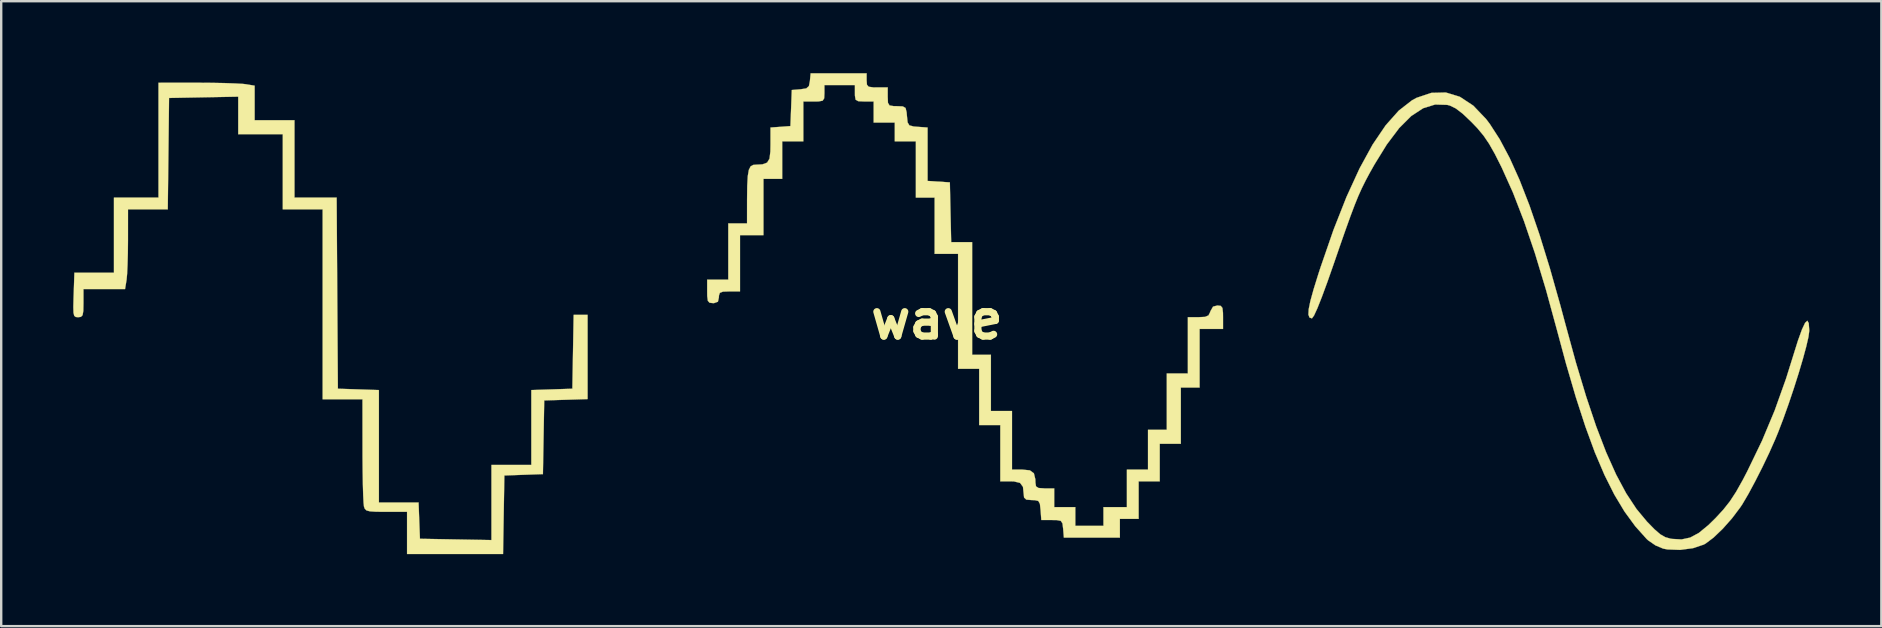
<source format=kicad_pcb>
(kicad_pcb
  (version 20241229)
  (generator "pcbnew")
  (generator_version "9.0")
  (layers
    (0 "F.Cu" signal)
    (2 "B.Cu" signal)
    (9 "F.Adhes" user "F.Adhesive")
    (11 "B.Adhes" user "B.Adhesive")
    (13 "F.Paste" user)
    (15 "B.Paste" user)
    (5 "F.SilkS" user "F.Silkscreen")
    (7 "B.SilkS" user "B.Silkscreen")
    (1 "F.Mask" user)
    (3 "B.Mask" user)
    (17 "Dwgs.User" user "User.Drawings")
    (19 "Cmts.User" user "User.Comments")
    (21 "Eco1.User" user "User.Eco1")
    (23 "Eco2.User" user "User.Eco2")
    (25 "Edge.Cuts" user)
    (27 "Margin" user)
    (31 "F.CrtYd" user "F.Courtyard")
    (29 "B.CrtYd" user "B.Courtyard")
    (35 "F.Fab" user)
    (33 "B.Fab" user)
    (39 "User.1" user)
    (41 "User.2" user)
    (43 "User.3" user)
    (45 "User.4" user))
  (footprint "wave"
    (layer "F.Cu")
    (at 35.987 10.263)
    (property "Reference" "wave" (at 0 0 0) (layer "F.SilkS") (effects (font (size 1.524 1.524) (thickness 0.3))))
    (attr through_hole)
    (fp_poly (pts (xy -30.797 -9.866) (xy -30.222 -9.862) (xy -29.688 -9.852) (xy -29.239 -9.836) (xy -28.915 -9.818) (xy -28.795 -9.804) (xy -28.428 -9.744) (xy -28.428 -8.304) (xy -26.768 -8.304) (xy -26.768 -5.08) (xy -25.011 -5.08) (xy -24.986 -1.099) (xy -24.96 2.882) (xy -24.106 2.91) (xy -23.251 2.938) (xy -23.251 7.62) (xy -21.598 7.62) (xy -21.57 8.377) (xy -21.541 9.134) (xy -20.051 9.161) (xy -18.562 9.188) (xy -18.562 6.057) (xy -16.901 6.057) (xy -16.901 2.938) (xy -16.046 2.91) (xy -15.191 2.882) (xy -15.164 1.343) (xy -15.137 -0.195) (xy -14.556 -0.195) (xy -14.556 3.314) (xy -16.363 3.37) (xy -16.417 6.44) (xy -17.221 6.468) (xy -18.024 6.497) (xy -18.051 8.133) (xy -18.078 9.769) (xy -22.078 9.769) (xy -22.078 8.011) (xy -22.946 8.011) (xy -23.362 8.008) (xy -23.622 7.991) (xy -23.768 7.953) (xy -23.84 7.882) (xy -23.873 7.791) (xy -23.89 7.631) (xy -23.906 7.307) (xy -23.919 6.853) (xy -23.928 6.299) (xy -23.933 5.678) (xy -23.933 5.446) (xy -23.935 3.322) (xy -25.595 3.322) (xy -25.595 -4.592) (xy -27.256 -4.592) (xy -27.256 -7.718) (xy -29.112 -7.718) (xy -29.112 -9.286) (xy -30.553 -9.259) (xy -31.994 -9.232) (xy -32.02 -6.912) (xy -32.047 -4.592) (xy -33.704 -4.592) (xy -33.705 -3.297) (xy -33.71 -2.778) (xy -33.723 -2.296) (xy -33.741 -1.904) (xy -33.764 -1.651) (xy -33.767 -1.636) (xy -33.827 -1.27) (xy -35.56 -1.27) (xy -35.56 -0.684) (xy -35.566 -0.358) (xy -35.596 -0.182) (xy -35.666 -0.111) (xy -35.78 -0.097) (xy -35.881 -0.106) (xy -35.944 -0.155) (xy -35.975 -0.283) (xy -35.982 -0.525) (xy -35.972 -0.917) (xy -35.968 -1.026) (xy -35.937 -1.954) (xy -34.29 -1.954) (xy -34.29 -5.08) (xy -32.434 -5.08) (xy -32.434 -9.867) (xy -30.797 -9.866)) (stroke (width 0.01) (type solid)) (fill yes) (layer "F.SilkS"))
    (fp_poly (pts (xy 21.785 -9.281) (xy 22.345 -8.912) (xy 22.878 -8.354) (xy 23.032 -8.151) (xy 23.45 -7.503) (xy 23.862 -6.727) (xy 24.273 -5.813) (xy 24.686 -4.752) (xy 25.105 -3.531) (xy 25.534 -2.142) (xy 25.977 -0.573) (xy 26.183 0.195) (xy 26.621 1.794) (xy 27.047 3.208) (xy 27.464 4.449) (xy 27.878 5.527) (xy 28.293 6.453) (xy 28.713 7.238) (xy 29.143 7.891) (xy 29.577 8.414) (xy 29.896 8.74) (xy 30.135 8.947) (xy 30.341 9.066) (xy 30.557 9.128) (xy 30.626 9.139) (xy 31.022 9.161) (xy 31.38 9.084) (xy 31.74 8.891) (xy 32.14 8.563) (xy 32.438 8.271) (xy 32.761 7.921) (xy 33.034 7.576) (xy 33.291 7.183) (xy 33.567 6.692) (xy 33.759 6.323) (xy 34.374 5.05) (xy 34.9 3.792) (xy 35.372 2.47) (xy 35.663 1.541) (xy 35.869 0.882) (xy 36.038 0.414) (xy 36.169 0.137) (xy 36.263 0.049) (xy 36.321 0.152) (xy 36.341 0.443) (xy 36.342 0.473) (xy 36.309 0.724) (xy 36.217 1.123) (xy 36.078 1.636) (xy 35.902 2.229) (xy 35.7 2.866) (xy 35.482 3.513) (xy 35.26 4.136) (xy 35.044 4.7) (xy 34.928 4.982) (xy 34.676 5.549) (xy 34.388 6.151) (xy 34.089 6.74) (xy 33.806 7.267) (xy 33.562 7.683) (xy 33.475 7.815) (xy 33.124 8.281) (xy 32.737 8.718) (xy 32.356 9.083) (xy 32.022 9.334) (xy 31.948 9.375) (xy 31.498 9.526) (xy 30.962 9.597) (xy 30.434 9.578) (xy 30.252 9.543) (xy 29.939 9.412) (xy 29.631 9.2) (xy 29.568 9.142) (xy 29.093 8.612) (xy 28.646 8.001) (xy 28.221 7.294) (xy 27.812 6.478) (xy 27.411 5.538) (xy 27.015 4.459) (xy 26.615 3.228) (xy 26.206 1.829) (xy 25.836 0.455) (xy 25.372 -1.243) (xy 24.914 -2.759) (xy 24.457 -4.102) (xy 23.999 -5.286) (xy 23.534 -6.321) (xy 23.52 -6.35) (xy 23.242 -6.901) (xy 23.004 -7.321) (xy 22.774 -7.66) (xy 22.519 -7.967) (xy 22.274 -8.223) (xy 21.906 -8.573) (xy 21.618 -8.794) (xy 21.372 -8.914) (xy 21.257 -8.944) (xy 20.754 -8.958) (xy 20.258 -8.805) (xy 19.761 -8.481) (xy 19.258 -7.979) (xy 18.742 -7.294) (xy 18.231 -6.466) (xy 18.029 -6.108) (xy 17.857 -5.787) (xy 17.702 -5.474) (xy 17.552 -5.141) (xy 17.397 -4.758) (xy 17.224 -4.299) (xy 17.021 -3.733) (xy 16.776 -3.032) (xy 16.556 -2.393) (xy 16.273 -1.585) (xy 16.036 -0.941) (xy 15.848 -0.467) (xy 15.71 -0.168) (xy 15.625 -0.051) (xy 15.617 -0.049) (xy 15.519 -0.085) (xy 15.475 -0.206) (xy 15.487 -0.43) (xy 15.558 -0.776) (xy 15.692 -1.261) (xy 15.892 -1.904) (xy 15.977 -2.165) (xy 16.52 -3.735) (xy 17.063 -5.112) (xy 17.606 -6.295) (xy 18.149 -7.288) (xy 18.693 -8.091) (xy 19.24 -8.705) (xy 19.79 -9.133) (xy 19.982 -9.238) (xy 20.599 -9.445) (xy 21.201 -9.459) (xy 21.785 -9.281)) (stroke (width 0.01) (type solid)) (fill yes) (layer "F.SilkS"))
    (fp_poly (pts (xy -2.931 -9.965) (xy -2.918 -9.784) (xy -2.844 -9.699) (xy -2.657 -9.673) (xy -2.491 -9.672) (xy -2.052 -9.672) (xy -2.052 -9.281) (xy -2.042 -9.031) (xy -1.976 -8.92) (xy -1.799 -8.891) (xy -1.666 -8.89) (xy -1.424 -8.88) (xy -1.309 -8.815) (xy -1.265 -8.64) (xy -1.251 -8.475) (xy -1.223 -8.214) (xy -1.149 -8.09) (xy -0.971 -8.043) (xy -0.806 -8.03) (xy -0.391 -8) (xy -0.391 -5.775) (xy 0.073 -5.745) (xy 0.537 -5.715) (xy 0.592 -3.224) (xy 1.465 -3.224) (xy 1.465 1.465) (xy 2.247 1.465) (xy 2.247 3.81) (xy 3.126 3.81) (xy 3.126 6.252) (xy 3.555 6.252) (xy 3.87 6.283) (xy 4.038 6.405) (xy 4.099 6.657) (xy 4.103 6.798) (xy 4.126 6.95) (xy 4.23 7.018) (xy 4.471 7.034) (xy 4.494 7.034) (xy 4.885 7.034) (xy 4.885 7.815) (xy 5.764 7.815) (xy 5.764 8.597) (xy 6.936 8.597) (xy 6.936 7.815) (xy 7.913 7.815) (xy 7.913 6.252) (xy 8.792 6.252) (xy 8.792 4.592) (xy 9.574 4.592) (xy 9.574 2.247) (xy 10.453 2.247) (xy 10.453 -0.098) (xy 10.891 -0.098) (xy 11.168 -0.111) (xy 11.312 -0.172) (xy 11.381 -0.309) (xy 11.39 -0.342) (xy 11.501 -0.538) (xy 11.685 -0.586) (xy 11.824 -0.569) (xy 11.893 -0.483) (xy 11.916 -0.28) (xy 11.918 -0.098) (xy 11.918 0.391) (xy 10.942 0.391) (xy 10.942 2.833) (xy 10.16 2.833) (xy 10.16 5.178) (xy 9.281 5.178) (xy 9.281 6.741) (xy 8.402 6.741) (xy 8.402 8.304) (xy 7.62 8.304) (xy 7.62 9.085) (xy 5.287 9.085) (xy 5.257 8.719) (xy 5.229 8.494) (xy 5.157 8.387) (xy 4.983 8.355) (xy 4.787 8.353) (xy 4.347 8.353) (xy 4.317 7.938) (xy 4.288 7.677) (xy 4.22 7.557) (xy 4.065 7.524) (xy 3.951 7.522) (xy 3.722 7.503) (xy 3.629 7.418) (xy 3.615 7.286) (xy 3.583 6.972) (xy 3.462 6.806) (xy 3.208 6.745) (xy 3.067 6.741) (xy 2.638 6.741) (xy 2.638 4.396) (xy 1.758 4.396) (xy 1.758 2.052) (xy 0.879 2.052) (xy 0.879 -2.735) (xy -0.098 -2.735) (xy -0.098 -5.08) (xy -0.879 -5.08) (xy -0.879 -7.425) (xy -1.758 -7.425) (xy -1.758 -8.206) (xy -2.638 -8.206) (xy -2.638 -9.085) (xy -3.028 -9.085) (xy -3.279 -9.096) (xy -3.39 -9.16) (xy -3.418 -9.326) (xy -3.419 -9.427) (xy -3.419 -9.769) (xy -4.689 -9.769) (xy -4.689 -9.427) (xy -4.699 -9.217) (xy -4.762 -9.118) (xy -4.933 -9.087) (xy -5.129 -9.085) (xy -5.568 -9.085) (xy -5.568 -7.425) (xy -6.448 -7.425) (xy -6.448 -5.862) (xy -7.229 -5.862) (xy -7.229 -3.517) (xy -8.206 -3.517) (xy -8.206 -1.172) (xy -8.646 -1.172) (xy -8.917 -1.162) (xy -9.046 -1.112) (xy -9.084 -0.994) (xy -9.085 -0.928) (xy -9.126 -0.742) (xy -9.285 -0.685) (xy -9.33 -0.684) (xy -9.475 -0.7) (xy -9.547 -0.781) (xy -9.572 -0.976) (xy -9.574 -1.172) (xy -9.574 -1.661) (xy -8.695 -1.661) (xy -8.695 -4.005) (xy -7.913 -4.005) (xy -7.912 -5.007) (xy -7.905 -5.574) (xy -7.883 -5.973) (xy -7.839 -6.233) (xy -7.766 -6.38) (xy -7.659 -6.441) (xy -7.584 -6.449) (xy -7.269 -6.466) (xy -7.077 -6.538) (xy -6.977 -6.703) (xy -6.941 -6.999) (xy -6.936 -7.284) (xy -6.936 -8) (xy -6.521 -8.03) (xy -6.106 -8.06) (xy -6.077 -8.811) (xy -6.049 -9.563) (xy -5.687 -9.593) (xy -5.445 -9.63) (xy -5.335 -9.727) (xy -5.294 -9.937) (xy -5.294 -9.94) (xy -5.263 -10.258) (xy -2.931 -10.258) (xy -2.931 -9.965)) (stroke (width 0.01) (type solid)) (fill yes) (layer "F.SilkS")))
  (gr_rect
    (start -3 -3)
    (end 75.333 23.037)
    (stroke (width 0.1) (type default))
    (fill no)
    (layer "Edge.Cuts")))
</source>
